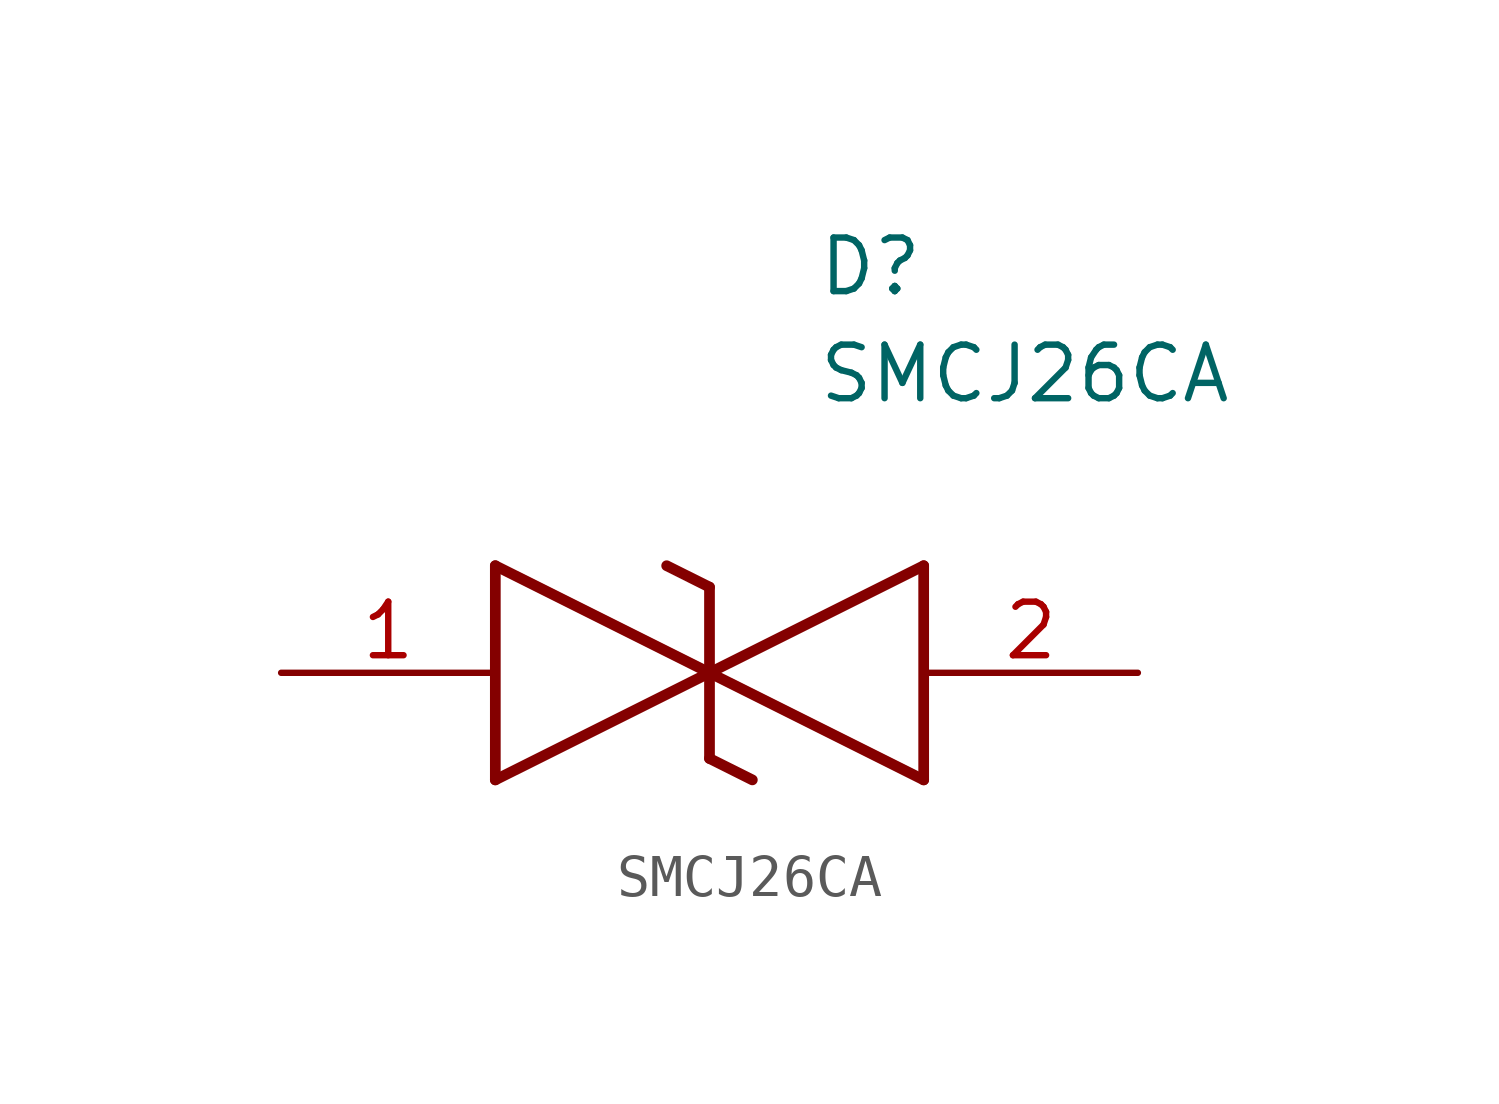
<source format=kicad_sym>
(kicad_symbol_lib
  (version 20211014)
  (generator SamacSys_ECAD_Model)
  (symbol "SMCJ26CA"
    (pin_names hide)
    (property "Reference" "D"
      (at 12.7 8.89 0)
      (effects (font (size 1.27 1.27)) (justify left bottom)))
    (property "Value" "SMCJ26CA"
      (at 12.7 6.35 0)
      (effects (font (size 1.27 1.27)) (justify left bottom)))
    (polyline
      (pts (xy 10.16 0) (xy 5.08 -2.54))
      (stroke (width 0.254) (type default))
      (fill (type none)))
    (polyline
      (pts (xy 5.08 2.54) (xy 5.08 -2.54))
      (stroke (width 0.254) (type default))
      (fill (type none)))
    (polyline
      (pts (xy 5.08 2.54) (xy 10.16 0))
      (stroke (width 0.254) (type default))
      (fill (type none)))
    (polyline
      (pts (xy 10.16 0) (xy 15.24 -2.54))
      (stroke (width 0.254) (type default))
      (fill (type none)))
    (polyline
      (pts (xy 15.24 2.54) (xy 15.24 -2.54))
      (stroke (width 0.254) (type default))
      (fill (type none)))
    (polyline
      (pts (xy 15.24 2.54) (xy 10.16 0))
      (stroke (width 0.254) (type default))
      (fill (type none)))
    (polyline
      (pts (xy 10.16 -2.032) (xy 10.16 2.032))
      (stroke (width 0.254) (type default))
      (fill (type none)))
    (polyline
      (pts (xy 9.144 2.54) (xy 10.16 2.032))
      (stroke (width 0.254) (type default))
      (fill (type none)))
    (polyline
      (pts (xy 10.16 -2.032) (xy 11.176 -2.54))
      (stroke (width 0.254) (type default))
      (fill (type none)))
    (pin passive line
      (at 0 0 0)
      (length 5.08)
      (name "1" (effects (font (size 1.27 1.27))))
      (number "1" (effects (font (size 1.27 1.27)))))
    (pin passive line
      (at 20.32 0 180)
      (length 5.08)
      (name "2" (effects (font (size 1.27 1.27))))
      (number "2" (effects (font (size 1.27 1.27)))))))
</source>
